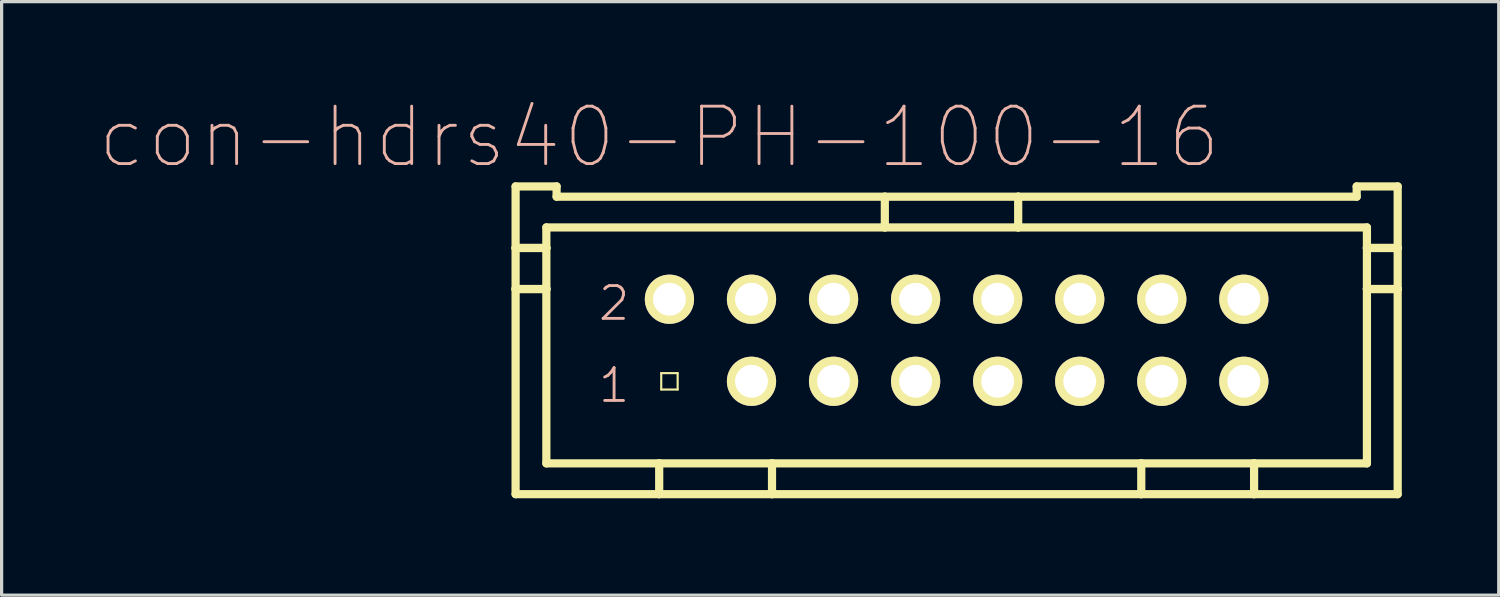
<source format=kicad_pcb>
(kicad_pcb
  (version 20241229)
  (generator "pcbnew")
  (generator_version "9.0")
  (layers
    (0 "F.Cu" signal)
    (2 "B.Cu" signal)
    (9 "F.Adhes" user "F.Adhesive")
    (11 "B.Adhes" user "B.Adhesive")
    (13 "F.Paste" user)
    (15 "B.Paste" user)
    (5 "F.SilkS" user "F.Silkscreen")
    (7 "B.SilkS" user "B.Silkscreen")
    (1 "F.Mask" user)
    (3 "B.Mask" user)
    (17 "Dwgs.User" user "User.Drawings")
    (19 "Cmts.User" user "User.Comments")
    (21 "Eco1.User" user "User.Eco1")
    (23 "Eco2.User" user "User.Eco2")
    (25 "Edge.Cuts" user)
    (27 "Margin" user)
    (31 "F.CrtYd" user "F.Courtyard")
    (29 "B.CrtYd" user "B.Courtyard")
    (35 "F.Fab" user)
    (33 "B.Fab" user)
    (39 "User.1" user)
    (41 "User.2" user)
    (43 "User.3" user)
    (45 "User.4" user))
  (footprint "con-hdrs40-PH-100-16"
    (layer "F.Cu")
    (at 26.562 7.483)
    (property "Reference" "con-hdrs40-PH-100-16" (at -9.207 -6.287 0) (layer "B.SilkS") (effects (font (size 1.778 1.778) (thickness 0.089))))
    (attr exclude_from_pos_files exclude_from_bom)
    (fp_line (start -13.652 -4.763) (end -13.652 -2.857) (stroke (width 0.254) (type solid)) (layer "F.SilkS"))
    (fp_line (start -13.652 -2.857) (end -13.652 -1.587) (stroke (width 0.254) (type solid)) (layer "F.SilkS"))
    (fp_line (start -13.652 -2.857) (end -12.7 -2.857) (stroke (width 0.254) (type solid)) (layer "F.SilkS"))
    (fp_line (start -13.652 -2.857) (end -12.7 -2.857) (stroke (width 0.254) (type solid)) (layer "F.SilkS"))
    (fp_line (start -13.652 -1.587) (end -13.652 4.763) (stroke (width 0.254) (type solid)) (layer "F.SilkS"))
    (fp_line (start -13.652 4.763) (end -9.207 4.763) (stroke (width 0.254) (type solid)) (layer "F.SilkS"))
    (fp_line (start -12.7 -3.493) (end -2.223 -3.493) (stroke (width 0.254) (type solid)) (layer "F.SilkS"))
    (fp_line (start -12.7 -2.857) (end -12.7 -3.493) (stroke (width 0.254) (type solid)) (layer "F.SilkS"))
    (fp_line (start -12.7 -1.587) (end -13.652 -1.587) (stroke (width 0.254) (type solid)) (layer "F.SilkS"))
    (fp_line (start -12.7 -1.587) (end -13.652 -1.587) (stroke (width 0.254) (type solid)) (layer "F.SilkS"))
    (fp_line (start -12.7 -1.587) (end -12.7 -2.857) (stroke (width 0.254) (type solid)) (layer "F.SilkS"))
    (fp_line (start -12.7 3.81) (end -12.7 -1.587) (stroke (width 0.254) (type solid)) (layer "F.SilkS"))
    (fp_line (start -12.383 -4.763) (end -13.652 -4.763) (stroke (width 0.254) (type solid)) (layer "F.SilkS"))
    (fp_line (start -12.383 -4.445) (end -12.383 -4.763) (stroke (width 0.254) (type solid)) (layer "F.SilkS"))
    (fp_line (start -9.207 3.81) (end -12.7 3.81) (stroke (width 0.254) (type solid)) (layer "F.SilkS"))
    (fp_line (start -9.207 3.81) (end -9.207 4.763) (stroke (width 0.254) (type solid)) (layer "F.SilkS"))
    (fp_line (start -9.207 4.763) (end -5.715 4.763) (stroke (width 0.254) (type solid)) (layer "F.SilkS"))
    (fp_line (start -9.144 -1.524) (end -8.636 -1.524) (stroke (width 0.066) (type solid)) (layer "F.SilkS"))
    (fp_line (start -9.144 -1.016) (end -9.144 -1.524) (stroke (width 0.066) (type solid)) (layer "F.SilkS"))
    (fp_line (start -9.144 -1.016) (end -8.636 -1.016) (stroke (width 0.066) (type solid)) (layer "F.SilkS"))
    (fp_line (start -9.144 1.016) (end -8.636 1.016) (stroke (width 0.066) (type solid)) (layer "F.SilkS"))
    (fp_line (start -9.144 1.524) (end -9.144 1.016) (stroke (width 0.066) (type solid)) (layer "F.SilkS"))
    (fp_line (start -9.144 1.524) (end -8.636 1.524) (stroke (width 0.066) (type solid)) (layer "F.SilkS"))
    (fp_line (start -8.636 -1.016) (end -8.636 -1.524) (stroke (width 0.066) (type solid)) (layer "F.SilkS"))
    (fp_line (start -8.636 1.524) (end -8.636 1.016) (stroke (width 0.066) (type solid)) (layer "F.SilkS"))
    (fp_line (start -6.604 -1.524) (end -6.096 -1.524) (stroke (width 0.066) (type solid)) (layer "F.SilkS"))
    (fp_line (start -6.604 -1.016) (end -6.604 -1.524) (stroke (width 0.066) (type solid)) (layer "F.SilkS"))
    (fp_line (start -6.604 -1.016) (end -6.096 -1.016) (stroke (width 0.066) (type solid)) (layer "F.SilkS"))
    (fp_line (start -6.604 1.016) (end -6.096 1.016) (stroke (width 0.066) (type solid)) (layer "F.SilkS"))
    (fp_line (start -6.604 1.524) (end -6.604 1.016) (stroke (width 0.066) (type solid)) (layer "F.SilkS"))
    (fp_line (start -6.604 1.524) (end -6.096 1.524) (stroke (width 0.066) (type solid)) (layer "F.SilkS"))
    (fp_line (start -6.096 -1.016) (end -6.096 -1.524) (stroke (width 0.066) (type solid)) (layer "F.SilkS"))
    (fp_line (start -6.096 1.524) (end -6.096 1.016) (stroke (width 0.066) (type solid)) (layer "F.SilkS"))
    (fp_line (start -5.715 3.81) (end -9.207 3.81) (stroke (width 0.254) (type solid)) (layer "F.SilkS"))
    (fp_line (start -5.715 3.81) (end -5.715 4.763) (stroke (width 0.254) (type solid)) (layer "F.SilkS"))
    (fp_line (start -5.715 3.81) (end 5.715 3.81) (stroke (width 0.254) (type solid)) (layer "F.SilkS"))
    (fp_line (start -5.715 4.763) (end 5.715 4.763) (stroke (width 0.254) (type solid)) (layer "F.SilkS"))
    (fp_line (start -4.064 -1.524) (end -3.556 -1.524) (stroke (width 0.066) (type solid)) (layer "F.SilkS"))
    (fp_line (start -4.064 -1.016) (end -4.064 -1.524) (stroke (width 0.066) (type solid)) (layer "F.SilkS"))
    (fp_line (start -4.064 -1.016) (end -3.556 -1.016) (stroke (width 0.066) (type solid)) (layer "F.SilkS"))
    (fp_line (start -4.064 1.016) (end -3.556 1.016) (stroke (width 0.066) (type solid)) (layer "F.SilkS"))
    (fp_line (start -4.064 1.524) (end -4.064 1.016) (stroke (width 0.066) (type solid)) (layer "F.SilkS"))
    (fp_line (start -4.064 1.524) (end -3.556 1.524) (stroke (width 0.066) (type solid)) (layer "F.SilkS"))
    (fp_line (start -3.556 -1.016) (end -3.556 -1.524) (stroke (width 0.066) (type solid)) (layer "F.SilkS"))
    (fp_line (start -3.556 1.524) (end -3.556 1.016) (stroke (width 0.066) (type solid)) (layer "F.SilkS"))
    (fp_line (start -2.223 -4.445) (end -12.383 -4.445) (stroke (width 0.254) (type solid)) (layer "F.SilkS"))
    (fp_line (start -2.223 -4.445) (end -2.223 -3.493) (stroke (width 0.254) (type solid)) (layer "F.SilkS"))
    (fp_line (start -2.223 -3.493) (end 1.905 -3.493) (stroke (width 0.254) (type solid)) (layer "F.SilkS"))
    (fp_line (start -1.524 -1.524) (end -1.016 -1.524) (stroke (width 0.066) (type solid)) (layer "F.SilkS"))
    (fp_line (start -1.524 -1.016) (end -1.524 -1.524) (stroke (width 0.066) (type solid)) (layer "F.SilkS"))
    (fp_line (start -1.524 -1.016) (end -1.016 -1.016) (stroke (width 0.066) (type solid)) (layer "F.SilkS"))
    (fp_line (start -1.524 1.016) (end -1.016 1.016) (stroke (width 0.066) (type solid)) (layer "F.SilkS"))
    (fp_line (start -1.524 1.524) (end -1.524 1.016) (stroke (width 0.066) (type solid)) (layer "F.SilkS"))
    (fp_line (start -1.524 1.524) (end -1.016 1.524) (stroke (width 0.066) (type solid)) (layer "F.SilkS"))
    (fp_line (start -1.016 -1.016) (end -1.016 -1.524) (stroke (width 0.066) (type solid)) (layer "F.SilkS"))
    (fp_line (start -1.016 1.524) (end -1.016 1.016) (stroke (width 0.066) (type solid)) (layer "F.SilkS"))
    (fp_line (start 1.016 -1.524) (end 1.524 -1.524) (stroke (width 0.066) (type solid)) (layer "F.SilkS"))
    (fp_line (start 1.016 -1.016) (end 1.016 -1.524) (stroke (width 0.066) (type solid)) (layer "F.SilkS"))
    (fp_line (start 1.016 -1.016) (end 1.524 -1.016) (stroke (width 0.066) (type solid)) (layer "F.SilkS"))
    (fp_line (start 1.016 1.016) (end 1.524 1.016) (stroke (width 0.066) (type solid)) (layer "F.SilkS"))
    (fp_line (start 1.016 1.524) (end 1.016 1.016) (stroke (width 0.066) (type solid)) (layer "F.SilkS"))
    (fp_line (start 1.016 1.524) (end 1.524 1.524) (stroke (width 0.066) (type solid)) (layer "F.SilkS"))
    (fp_line (start 1.524 -1.016) (end 1.524 -1.524) (stroke (width 0.066) (type solid)) (layer "F.SilkS"))
    (fp_line (start 1.524 1.524) (end 1.524 1.016) (stroke (width 0.066) (type solid)) (layer "F.SilkS"))
    (fp_line (start 1.905 -4.445) (end -2.223 -4.445) (stroke (width 0.254) (type solid)) (layer "F.SilkS"))
    (fp_line (start 1.905 -4.445) (end 1.905 -3.493) (stroke (width 0.254) (type solid)) (layer "F.SilkS"))
    (fp_line (start 1.905 -3.493) (end 12.7 -3.493) (stroke (width 0.254) (type solid)) (layer "F.SilkS"))
    (fp_line (start 3.556 -1.524) (end 4.064 -1.524) (stroke (width 0.066) (type solid)) (layer "F.SilkS"))
    (fp_line (start 3.556 -1.016) (end 3.556 -1.524) (stroke (width 0.066) (type solid)) (layer "F.SilkS"))
    (fp_line (start 3.556 -1.016) (end 4.064 -1.016) (stroke (width 0.066) (type solid)) (layer "F.SilkS"))
    (fp_line (start 3.556 1.016) (end 4.064 1.016) (stroke (width 0.066) (type solid)) (layer "F.SilkS"))
    (fp_line (start 3.556 1.524) (end 3.556 1.016) (stroke (width 0.066) (type solid)) (layer "F.SilkS"))
    (fp_line (start 3.556 1.524) (end 4.064 1.524) (stroke (width 0.066) (type solid)) (layer "F.SilkS"))
    (fp_line (start 4.064 -1.016) (end 4.064 -1.524) (stroke (width 0.066) (type solid)) (layer "F.SilkS"))
    (fp_line (start 4.064 1.524) (end 4.064 1.016) (stroke (width 0.066) (type solid)) (layer "F.SilkS"))
    (fp_line (start 5.715 3.81) (end 5.715 4.763) (stroke (width 0.254) (type solid)) (layer "F.SilkS"))
    (fp_line (start 5.715 3.81) (end 9.207 3.81) (stroke (width 0.254) (type solid)) (layer "F.SilkS"))
    (fp_line (start 5.715 4.763) (end 9.207 4.763) (stroke (width 0.254) (type solid)) (layer "F.SilkS"))
    (fp_line (start 6.096 -1.524) (end 6.604 -1.524) (stroke (width 0.066) (type solid)) (layer "F.SilkS"))
    (fp_line (start 6.096 -1.016) (end 6.096 -1.524) (stroke (width 0.066) (type solid)) (layer "F.SilkS"))
    (fp_line (start 6.096 -1.016) (end 6.604 -1.016) (stroke (width 0.066) (type solid)) (layer "F.SilkS"))
    (fp_line (start 6.096 1.016) (end 6.604 1.016) (stroke (width 0.066) (type solid)) (layer "F.SilkS"))
    (fp_line (start 6.096 1.524) (end 6.096 1.016) (stroke (width 0.066) (type solid)) (layer "F.SilkS"))
    (fp_line (start 6.096 1.524) (end 6.604 1.524) (stroke (width 0.066) (type solid)) (layer "F.SilkS"))
    (fp_line (start 6.604 -1.016) (end 6.604 -1.524) (stroke (width 0.066) (type solid)) (layer "F.SilkS"))
    (fp_line (start 6.604 1.524) (end 6.604 1.016) (stroke (width 0.066) (type solid)) (layer "F.SilkS"))
    (fp_line (start 8.636 -1.524) (end 9.144 -1.524) (stroke (width 0.066) (type solid)) (layer "F.SilkS"))
    (fp_line (start 8.636 -1.016) (end 8.636 -1.524) (stroke (width 0.066) (type solid)) (layer "F.SilkS"))
    (fp_line (start 8.636 -1.016) (end 9.144 -1.016) (stroke (width 0.066) (type solid)) (layer "F.SilkS"))
    (fp_line (start 8.636 1.016) (end 9.144 1.016) (stroke (width 0.066) (type solid)) (layer "F.SilkS"))
    (fp_line (start 8.636 1.524) (end 8.636 1.016) (stroke (width 0.066) (type solid)) (layer "F.SilkS"))
    (fp_line (start 8.636 1.524) (end 9.144 1.524) (stroke (width 0.066) (type solid)) (layer "F.SilkS"))
    (fp_line (start 9.144 -1.016) (end 9.144 -1.524) (stroke (width 0.066) (type solid)) (layer "F.SilkS"))
    (fp_line (start 9.144 1.524) (end 9.144 1.016) (stroke (width 0.066) (type solid)) (layer "F.SilkS"))
    (fp_line (start 9.207 3.81) (end 9.207 4.763) (stroke (width 0.254) (type solid)) (layer "F.SilkS"))
    (fp_line (start 9.207 3.81) (end 12.7 3.81) (stroke (width 0.254) (type solid)) (layer "F.SilkS"))
    (fp_line (start 9.207 4.763) (end 13.652 4.763) (stroke (width 0.254) (type solid)) (layer "F.SilkS"))
    (fp_line (start 12.383 -4.763) (end 12.383 -4.445) (stroke (width 0.254) (type solid)) (layer "F.SilkS"))
    (fp_line (start 12.383 -4.445) (end 1.905 -4.445) (stroke (width 0.254) (type solid)) (layer "F.SilkS"))
    (fp_line (start 12.7 -3.493) (end 12.7 -2.857) (stroke (width 0.254) (type solid)) (layer "F.SilkS"))
    (fp_line (start 12.7 -2.857) (end 12.7 -1.587) (stroke (width 0.254) (type solid)) (layer "F.SilkS"))
    (fp_line (start 12.7 -2.857) (end 13.652 -2.857) (stroke (width 0.254) (type solid)) (layer "F.SilkS"))
    (fp_line (start 12.7 -2.857) (end 13.652 -2.857) (stroke (width 0.254) (type solid)) (layer "F.SilkS"))
    (fp_line (start 12.7 -1.587) (end 12.7 3.81) (stroke (width 0.254) (type solid)) (layer "F.SilkS"))
    (fp_line (start 12.7 -1.587) (end 13.652 -1.587) (stroke (width 0.254) (type solid)) (layer "F.SilkS"))
    (fp_line (start 12.7 -1.587) (end 13.652 -1.587) (stroke (width 0.254) (type solid)) (layer "F.SilkS"))
    (fp_line (start 13.652 -4.763) (end 12.383 -4.763) (stroke (width 0.254) (type solid)) (layer "F.SilkS"))
    (fp_line (start 13.652 -2.857) (end 13.652 -4.763) (stroke (width 0.254) (type solid)) (layer "F.SilkS"))
    (fp_line (start 13.652 -1.587) (end 13.652 -2.857) (stroke (width 0.254) (type solid)) (layer "F.SilkS"))
    (fp_line (start 13.652 4.763) (end 13.652 -1.587) (stroke (width 0.254) (type solid)) (layer "F.SilkS"))
    (fp_text user "1" (at -10.604 1.397 0) (layer "B.SilkS") (effects (font (size 1.016 1.016) (thickness 0.089))))
    (fp_text user "2" (at -10.604 -1.143 0) (layer "B.SilkS") (effects (font (size 1.016 1.016) (thickness 0.089))))
    (pad "1" thru_hole rect (at -8.89 1.27) (size 0.001 0.001) (drill 1.016) (layers "*.Cu" "F.Mask" "F.SilkS" "F.Paste"))
    (pad "2" thru_hole circle (at -8.89 -1.27) (size 1.524 1.524) (drill 1.016) (layers "*.Cu" "F.Mask" "F.SilkS" "F.Paste"))
    (pad "3" thru_hole circle (at -6.35 1.27) (size 1.524 1.524) (drill 1.016) (layers "*.Cu" "F.Mask" "F.SilkS" "F.Paste"))
    (pad "4" thru_hole circle (at -6.35 -1.27) (size 1.524 1.524) (drill 1.016) (layers "*.Cu" "F.Mask" "F.SilkS" "F.Paste"))
    (pad "5" thru_hole circle (at -3.81 1.27) (size 1.524 1.524) (drill 1.016) (layers "*.Cu" "F.Mask" "F.SilkS" "F.Paste"))
    (pad "6" thru_hole circle (at -3.81 -1.27) (size 1.524 1.524) (drill 1.016) (layers "*.Cu" "F.Mask" "F.SilkS" "F.Paste"))
    (pad "7" thru_hole circle (at -1.27 1.27) (size 1.524 1.524) (drill 1.016) (layers "*.Cu" "F.Mask" "F.SilkS" "F.Paste"))
    (pad "8" thru_hole circle (at -1.27 -1.27) (size 1.524 1.524) (drill 1.016) (layers "*.Cu" "F.Mask" "F.SilkS" "F.Paste"))
    (pad "9" thru_hole circle (at 1.27 1.27) (size 1.524 1.524) (drill 1.016) (layers "*.Cu" "F.Mask" "F.SilkS" "F.Paste"))
    (pad "10" thru_hole circle (at 1.27 -1.27) (size 1.524 1.524) (drill 1.016) (layers "*.Cu" "F.Mask" "F.SilkS" "F.Paste"))
    (pad "11" thru_hole circle (at 3.81 1.27) (size 1.524 1.524) (drill 1.016) (layers "*.Cu" "F.Mask" "F.SilkS" "F.Paste"))
    (pad "12" thru_hole circle (at 3.81 -1.27) (size 1.524 1.524) (drill 1.016) (layers "*.Cu" "F.Mask" "F.SilkS" "F.Paste"))
    (pad "13" thru_hole circle (at 6.35 1.27) (size 1.524 1.524) (drill 1.016) (layers "*.Cu" "F.Mask" "F.SilkS" "F.Paste"))
    (pad "14" thru_hole circle (at 6.35 -1.27) (size 1.524 1.524) (drill 1.016) (layers "*.Cu" "F.Mask" "F.SilkS" "F.Paste"))
    (pad "15" thru_hole circle (at 8.89 1.27) (size 1.524 1.524) (drill 1.016) (layers "*.Cu" "F.Mask" "F.SilkS" "F.Paste"))
    (pad "16" thru_hole circle (at 8.89 -1.27) (size 1.524 1.524) (drill 1.016) (layers "*.Cu" "F.Mask" "F.SilkS" "F.Paste")))
  (gr_rect
    (start -3 -3)
    (end 43.342 15.372)
    (stroke (width 0.1) (type default))
    (fill no)
    (layer "Edge.Cuts")))
</source>
